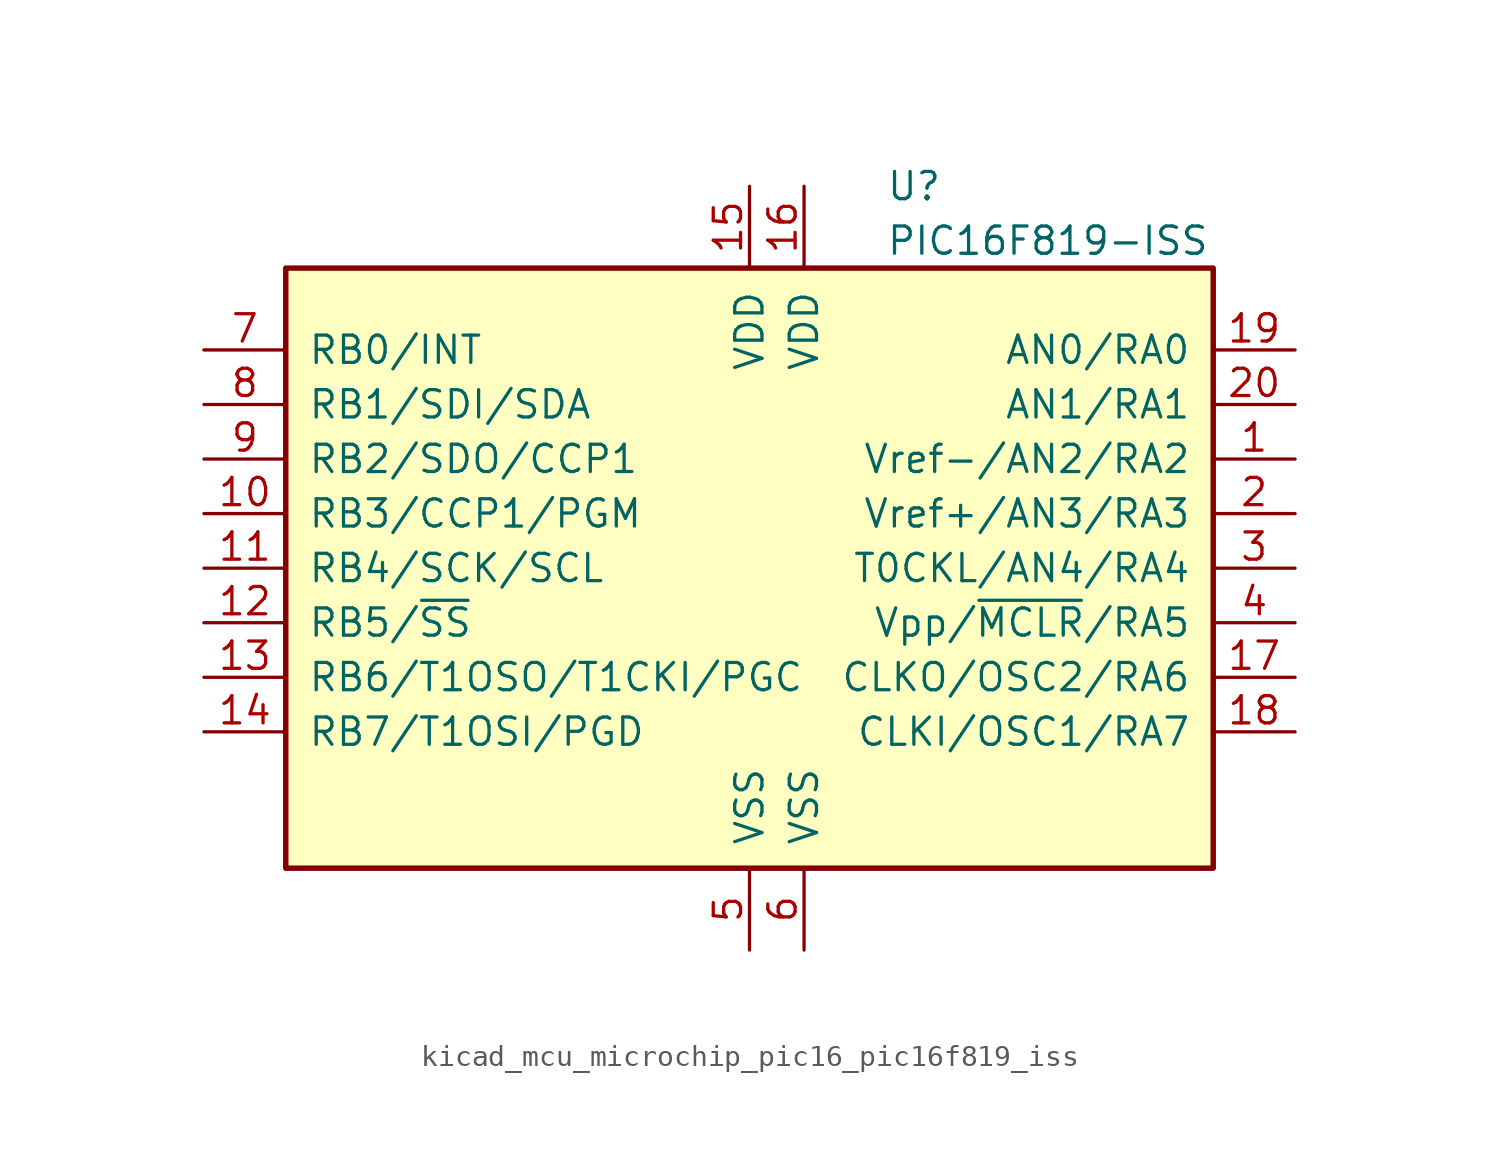
<source format=kicad_sym>
(kicad_symbol_lib
  (version 20220914)
  (generator kicad_symbol_editor)
  (symbol "kicad_mcu_microchip_pic16_pic16f819_iss"
    (pin_names
      (offset 1.016))
    (property "Reference" "U"
      (at 6.35 17.78 0)
      (effects (font (size 1.27 1.27)) (justify left)))
    (property "Value" "PIC16F819-ISS"
      (at 6.35 15.24 0)
      (effects (font (size 1.27 1.27)) (justify left)))
    (symbol "kicad_mcu_microchip_pic16_pic16f819_iss_0_1"
      (rectangle (start -21.59 13.97) (end 21.59 -13.97) (stroke (width 0.254) (type default)) (fill (type background))))
    (symbol "kicad_mcu_microchip_pic16_pic16f819_iss_1_1"
      (pin bidirectional line (at 25.4 5.08 180) (length 3.81) (name "Vref-/AN2/RA2" (effects (font (size 1.27 1.27)))) (number "1" (effects (font (size 1.27 1.27)))))
      (pin bidirectional line (at -25.4 2.54 0) (length 3.81) (name "RB3/CCP1/PGM" (effects (font (size 1.27 1.27)))) (number "10" (effects (font (size 1.27 1.27)))))
      (pin bidirectional line (at -25.4 0 0) (length 3.81) (name "RB4/SCK/SCL" (effects (font (size 1.27 1.27)))) (number "11" (effects (font (size 1.27 1.27)))))
      (pin bidirectional line (at -25.4 -2.54 0) (length 3.81) (name "RB5/~{SS}" (effects (font (size 1.27 1.27)))) (number "12" (effects (font (size 1.27 1.27)))))
      (pin bidirectional line (at -25.4 -5.08 0) (length 3.81) (name "RB6/T1OSO/T1CKI/PGC" (effects (font (size 1.27 1.27)))) (number "13" (effects (font (size 1.27 1.27)))))
      (pin bidirectional line (at -25.4 -7.62 0) (length 3.81) (name "RB7/T1OSI/PGD" (effects (font (size 1.27 1.27)))) (number "14" (effects (font (size 1.27 1.27)))))
      (pin power_in line (at 0 17.78 270) (length 3.81) (name "VDD" (effects (font (size 1.27 1.27)))) (number "15" (effects (font (size 1.27 1.27)))))
      (pin power_in line (at 2.54 17.78 270) (length 3.81) (name "VDD" (effects (font (size 1.27 1.27)))) (number "16" (effects (font (size 1.27 1.27)))))
      (pin bidirectional line (at 25.4 -5.08 180) (length 3.81) (name "CLKO/OSC2/RA6" (effects (font (size 1.27 1.27)))) (number "17" (effects (font (size 1.27 1.27)))))
      (pin bidirectional line (at 25.4 -7.62 180) (length 3.81) (name "CLKI/OSC1/RA7" (effects (font (size 1.27 1.27)))) (number "18" (effects (font (size 1.27 1.27)))))
      (pin bidirectional line (at 25.4 10.16 180) (length 3.81) (name "AN0/RA0" (effects (font (size 1.27 1.27)))) (number "19" (effects (font (size 1.27 1.27)))))
      (pin bidirectional line (at 25.4 2.54 180) (length 3.81) (name "Vref+/AN3/RA3" (effects (font (size 1.27 1.27)))) (number "2" (effects (font (size 1.27 1.27)))))
      (pin bidirectional line (at 25.4 7.62 180) (length 3.81) (name "AN1/RA1" (effects (font (size 1.27 1.27)))) (number "20" (effects (font (size 1.27 1.27)))))
      (pin bidirectional line (at 25.4 0 180) (length 3.81) (name "T0CKL/AN4/RA4" (effects (font (size 1.27 1.27)))) (number "3" (effects (font (size 1.27 1.27)))))
      (pin input line (at 25.4 -2.54 180) (length 3.81) (name "Vpp/~{MCLR}/RA5" (effects (font (size 1.27 1.27)))) (number "4" (effects (font (size 1.27 1.27)))))
      (pin power_in line (at 0 -17.78 90) (length 3.81) (name "VSS" (effects (font (size 1.27 1.27)))) (number "5" (effects (font (size 1.27 1.27)))))
      (pin power_in line (at 2.54 -17.78 90) (length 3.81) (name "VSS" (effects (font (size 1.27 1.27)))) (number "6" (effects (font (size 1.27 1.27)))))
      (pin bidirectional line (at -25.4 10.16 0) (length 3.81) (name "RB0/INT" (effects (font (size 1.27 1.27)))) (number "7" (effects (font (size 1.27 1.27)))))
      (pin bidirectional line (at -25.4 7.62 0) (length 3.81) (name "RB1/SDI/SDA" (effects (font (size 1.27 1.27)))) (number "8" (effects (font (size 1.27 1.27)))))
      (pin bidirectional line (at -25.4 5.08 0) (length 3.81) (name "RB2/SDO/CCP1" (effects (font (size 1.27 1.27)))) (number "9" (effects (font (size 1.27 1.27))))))))
</source>
